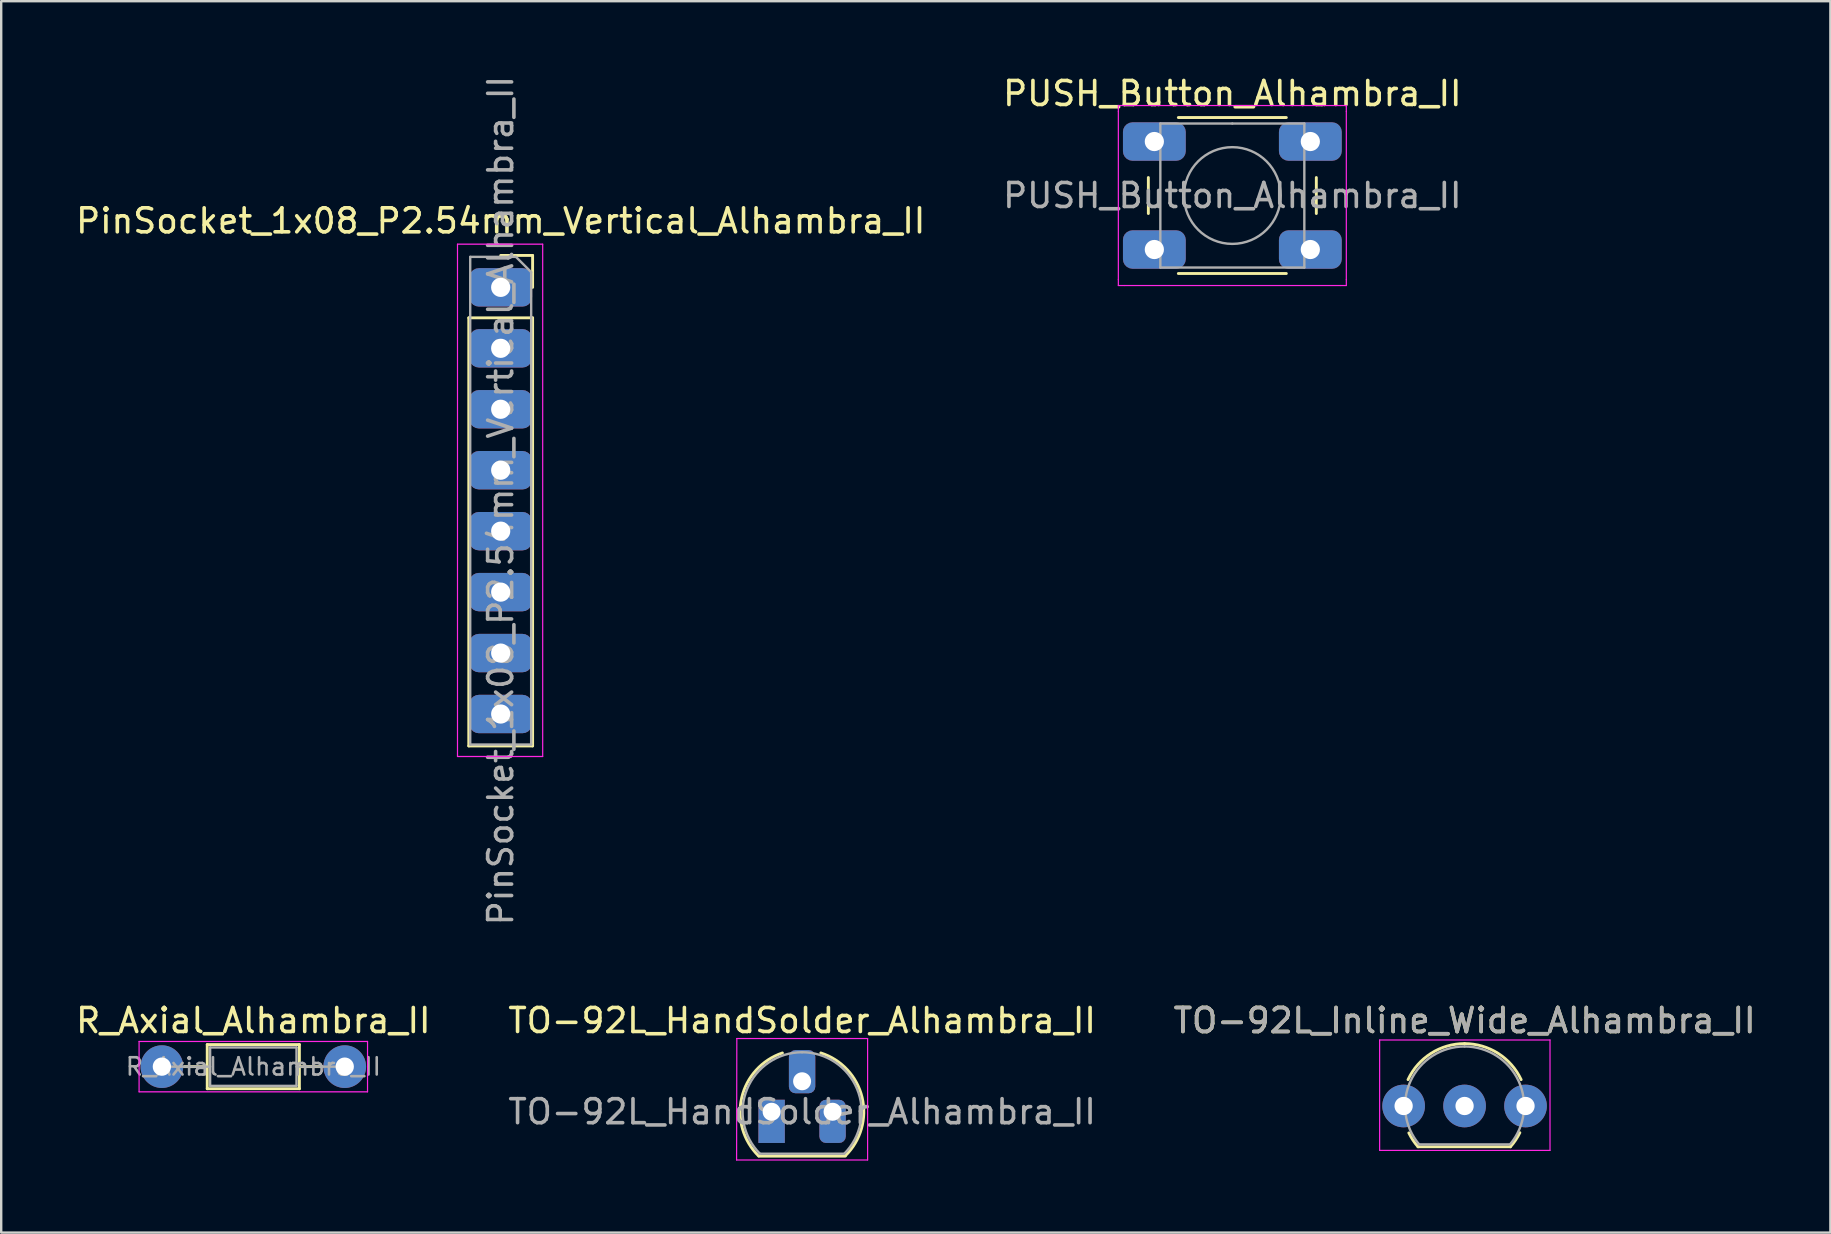
<source format=kicad_pcb>
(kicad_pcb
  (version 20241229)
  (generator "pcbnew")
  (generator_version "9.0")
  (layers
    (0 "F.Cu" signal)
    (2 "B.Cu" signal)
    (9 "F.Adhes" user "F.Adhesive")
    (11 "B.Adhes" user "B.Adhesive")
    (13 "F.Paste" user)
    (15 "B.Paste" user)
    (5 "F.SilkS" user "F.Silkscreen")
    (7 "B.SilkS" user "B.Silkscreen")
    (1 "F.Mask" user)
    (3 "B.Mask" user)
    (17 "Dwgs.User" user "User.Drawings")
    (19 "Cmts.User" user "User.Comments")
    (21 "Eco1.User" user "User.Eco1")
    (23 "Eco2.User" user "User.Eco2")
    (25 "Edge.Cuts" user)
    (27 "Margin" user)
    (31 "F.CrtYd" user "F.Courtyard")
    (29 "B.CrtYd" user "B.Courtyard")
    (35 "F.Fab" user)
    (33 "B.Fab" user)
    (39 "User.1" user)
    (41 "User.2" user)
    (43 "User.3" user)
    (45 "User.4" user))
  (footprint "TO-92L_Inline_Wide_Alhambra_II"
    (layer "F.Cu")
    (at 55.442 43.039)
    (property "Reference" "TO-92L_Inline_Wide_Alhambra_II" (at 2.54 -3.56 0) (layer "F.SilkS") (effects (font (size 1 1) (thickness 0.15))))
    (attr through_hole)
    (fp_line (start 0.6 1.7) (end 4.45 1.7) (stroke (width 0.12) (type solid)) (layer "F.SilkS"))
    (fp_arc (start 0.1836 -1.098807) (mid 1.143021 -2.192817) (end 2.54 -2.6) (stroke (width 0.12) (type solid)) (layer "F.SilkS"))
    (fp_arc (start 0.6 1.7) (mid 0.389183 1.423933) (end 0.217369 1.122045) (stroke (width 0.12) (type solid)) (layer "F.SilkS"))
    (fp_arc (start 2.54 -2.6) (mid 3.936979 -2.192818) (end 4.8964 -1.098807) (stroke (width 0.12) (type solid)) (layer "F.SilkS"))
    (fp_arc (start 4.842383 1.112264) (mid 4.666594 1.419753) (end 4.45 1.7) (stroke (width 0.12) (type solid)) (layer "F.SilkS"))
    (fp_line (start -1 -2.75) (end -1 1.85) (stroke (width 0.05) (type solid)) (layer "F.CrtYd"))
    (fp_line (start -1 -2.75) (end 6.1 -2.75) (stroke (width 0.05) (type solid)) (layer "F.CrtYd"))
    (fp_line (start 6.1 1.85) (end -1 1.85) (stroke (width 0.05) (type solid)) (layer "F.CrtYd"))
    (fp_line (start 6.1 1.85) (end 6.1 -2.75) (stroke (width 0.05) (type solid)) (layer "F.CrtYd"))
    (fp_line (start 0.65 1.6) (end 4.4 1.6) (stroke (width 0.1) (type solid)) (layer "F.Fab"))
    (fp_arc (start 0.647182 1.602385) (mid 0.290076 -1.043188) (end 2.54 -2.48) (stroke (width 0.1) (type solid)) (layer "F.Fab"))
    (fp_arc (start 2.54 -2.48) (mid 4.787211 -1.049019) (end 4.441103 1.592547) (stroke (width 0.1) (type solid)) (layer "F.Fab"))
    (fp_text user "${REFERENCE}" (at 2.54 -3.56 0) (layer "F.Fab") (effects (font (size 1 1) (thickness 0.15))))
    (pad "1" thru_hole circle (at 0 0 90) (size 1.778 1.778) (drill 0.762) (layers "*.Cu" "*.Mask"))
    (pad "2" thru_hole circle (at 2.54 0 90) (size 1.778 1.778) (drill 0.762) (layers "*.Cu" "*.Mask"))
    (pad "3" thru_hole circle (at 5.08 0 90) (size 1.778 1.778) (drill 0.762) (layers "*.Cu" "*.Mask")))
  (footprint "PinSocket_1x08_P2.54mm_Vertical_Alhambra_II"
    (layer "F.Cu")
    (at 17.815 8.925)
    (property "Reference" "PinSocket_1x08_P2.54mm_Vertical_Alhambra_II" (at 0 -2.77 0) (layer "F.SilkS") (effects (font (size 1 1) (thickness 0.15))))
    (attr through_hole)
    (fp_line (start -1.33 1.27) (end -1.33 19.11) (stroke (width 0.12) (type solid)) (layer "F.SilkS"))
    (fp_line (start -1.33 1.27) (end 1.33 1.27) (stroke (width 0.12) (type solid)) (layer "F.SilkS"))
    (fp_line (start -1.33 19.11) (end 1.33 19.11) (stroke (width 0.12) (type solid)) (layer "F.SilkS"))
    (fp_line (start 0 -1.33) (end 1.33 -1.33) (stroke (width 0.12) (type solid)) (layer "F.SilkS"))
    (fp_line (start 1.33 -1.33) (end 1.33 0) (stroke (width 0.12) (type solid)) (layer "F.SilkS"))
    (fp_line (start 1.33 1.27) (end 1.33 19.11) (stroke (width 0.12) (type solid)) (layer "F.SilkS"))
    (fp_line (start -1.8 -1.8) (end 1.75 -1.8) (stroke (width 0.05) (type solid)) (layer "F.CrtYd"))
    (fp_line (start -1.8 19.55) (end -1.8 -1.8) (stroke (width 0.05) (type solid)) (layer "F.CrtYd"))
    (fp_line (start 1.75 -1.8) (end 1.75 19.55) (stroke (width 0.05) (type solid)) (layer "F.CrtYd"))
    (fp_line (start 1.75 19.55) (end -1.8 19.55) (stroke (width 0.05) (type solid)) (layer "F.CrtYd"))
    (fp_line (start -1.27 -1.27) (end 0.635 -1.27) (stroke (width 0.1) (type solid)) (layer "F.Fab"))
    (fp_line (start -1.27 19.05) (end -1.27 -1.27) (stroke (width 0.1) (type solid)) (layer "F.Fab"))
    (fp_line (start 0.635 -1.27) (end 1.27 -0.635) (stroke (width 0.1) (type solid)) (layer "F.Fab"))
    (fp_line (start 1.27 -0.635) (end 1.27 19.05) (stroke (width 0.1) (type solid)) (layer "F.Fab"))
    (fp_line (start 1.27 19.05) (end -1.27 19.05) (stroke (width 0.1) (type solid)) (layer "F.Fab"))
    (fp_text user "${REFERENCE}" (at 0 8.89 90) (layer "F.Fab") (effects (font (size 1 1) (thickness 0.15))))
    (pad "1" thru_hole roundrect (at 0 0 180) (size 2.616 1.6) (drill 0.8) (layers "*.Cu" "*.Mask") (roundrect_rratio 0.25))
    (pad "2" thru_hole roundrect (at 0 2.54 180) (size 2.616 1.6) (drill 0.8) (layers "*.Cu" "*.Mask") (roundrect_rratio 0.25))
    (pad "3" thru_hole roundrect (at 0 5.08 180) (size 2.616 1.6) (drill 0.8) (layers "*.Cu" "*.Mask") (roundrect_rratio 0.25))
    (pad "4" thru_hole roundrect (at 0 7.62 180) (size 2.616 1.6) (drill 0.8) (layers "*.Cu" "*.Mask") (roundrect_rratio 0.25))
    (pad "5" thru_hole roundrect (at 0 10.16 180) (size 2.616 1.6) (drill 0.8) (layers "*.Cu" "*.Mask") (roundrect_rratio 0.25))
    (pad "6" thru_hole roundrect (at 0 12.7 180) (size 2.616 1.6) (drill 0.8) (layers "*.Cu" "*.Mask") (roundrect_rratio 0.25))
    (pad "7" thru_hole roundrect (at 0 15.24 180) (size 2.616 1.6) (drill 0.8) (layers "*.Cu" "*.Mask") (roundrect_rratio 0.25))
    (pad "8" thru_hole roundrect (at 0 17.78 180) (size 2.616 1.6) (drill 0.8) (layers "*.Cu" "*.Mask") (roundrect_rratio 0.25)))
  (footprint "PUSH_Button_Alhambra_II"
    (layer "F.Cu")
    (at 45.054 2.848)
    (property "Reference" "PUSH_Button_Alhambra_II" (at 3.25 -2 0) (layer "F.SilkS") (effects (font (size 1 1) (thickness 0.15))))
    (attr through_hole)
    (fp_line (start -0.25 1.5) (end -0.25 3) (stroke (width 0.12) (type solid)) (layer "F.SilkS"))
    (fp_line (start 1 5.5) (end 5.5 5.5) (stroke (width 0.12) (type solid)) (layer "F.SilkS"))
    (fp_line (start 5.5 -1) (end 1 -1) (stroke (width 0.12) (type solid)) (layer "F.SilkS"))
    (fp_line (start 6.75 3) (end 6.75 1.5) (stroke (width 0.12) (type solid)) (layer "F.SilkS"))
    (fp_line (start -1.5 -1.5) (end -1.25 -1.5) (stroke (width 0.05) (type solid)) (layer "F.CrtYd"))
    (fp_line (start -1.5 -1.25) (end -1.5 -1.5) (stroke (width 0.05) (type solid)) (layer "F.CrtYd"))
    (fp_line (start -1.5 5.75) (end -1.5 -1.25) (stroke (width 0.05) (type solid)) (layer "F.CrtYd"))
    (fp_line (start -1.5 5.75) (end -1.5 6) (stroke (width 0.05) (type solid)) (layer "F.CrtYd"))
    (fp_line (start -1.5 6) (end -1.25 6) (stroke (width 0.05) (type solid)) (layer "F.CrtYd"))
    (fp_line (start -1.25 -1.5) (end 7.75 -1.5) (stroke (width 0.05) (type solid)) (layer "F.CrtYd"))
    (fp_line (start 7.75 -1.5) (end 8 -1.5) (stroke (width 0.05) (type solid)) (layer "F.CrtYd"))
    (fp_line (start 7.75 6) (end -1.25 6) (stroke (width 0.05) (type solid)) (layer "F.CrtYd"))
    (fp_line (start 7.75 6) (end 8 6) (stroke (width 0.05) (type solid)) (layer "F.CrtYd"))
    (fp_line (start 8 -1.5) (end 8 -1.25) (stroke (width 0.05) (type solid)) (layer "F.CrtYd"))
    (fp_line (start 8 -1.25) (end 8 5.75) (stroke (width 0.05) (type solid)) (layer "F.CrtYd"))
    (fp_line (start 8 6) (end 8 5.75) (stroke (width 0.05) (type solid)) (layer "F.CrtYd"))
    (fp_line (start 0.25 -0.75) (end 3.25 -0.75) (stroke (width 0.1) (type solid)) (layer "F.Fab"))
    (fp_line (start 0.25 5.25) (end 0.25 -0.75) (stroke (width 0.1) (type solid)) (layer "F.Fab"))
    (fp_line (start 3.25 -0.75) (end 6.25 -0.75) (stroke (width 0.1) (type solid)) (layer "F.Fab"))
    (fp_line (start 6.25 -0.75) (end 6.25 5.25) (stroke (width 0.1) (type solid)) (layer "F.Fab"))
    (fp_line (start 6.25 5.25) (end 0.25 5.25) (stroke (width 0.1) (type solid)) (layer "F.Fab"))
    (fp_circle (center 3.25 2.25) (end 1.25 2.5) (stroke (width 0.1) (type solid)) (fill no) (layer "F.Fab"))
    (fp_text user "${REFERENCE}" (at 3.25 2.25 0) (layer "F.Fab") (effects (font (size 1 1) (thickness 0.15))))
    (pad "1" thru_hole roundrect (at 0 0 180) (size 2.616 1.6) (drill 0.8) (layers "*.Cu" "*.Mask") (roundrect_rratio 0.25))
    (pad "1" thru_hole roundrect (at 6.5 0 180) (size 2.616 1.6) (drill 0.8) (layers "*.Cu" "*.Mask") (roundrect_rratio 0.25))
    (pad "2" thru_hole roundrect (at 0 4.5 180) (size 2.616 1.6) (drill 0.8) (layers "*.Cu" "*.Mask") (roundrect_rratio 0.25))
    (pad "2" thru_hole roundrect (at 6.5 4.5 180) (size 2.616 1.6) (drill 0.8) (layers "*.Cu" "*.Mask") (roundrect_rratio 0.25)))
  (footprint "R_Axial_Alhambra_II"
    (layer "F.Cu")
    (at 3.696 41.399)
    (property "Reference" "R_Axial_Alhambra_II" (at 3.81 -1.92 0) (layer "F.SilkS") (effects (font (size 1 1) (thickness 0.15))))
    (attr through_hole)
    (fp_line (start 0.94 0) (end 1.89 0) (stroke (width 0.12) (type solid)) (layer "F.SilkS"))
    (fp_line (start 1.89 -0.92) (end 1.89 0.92) (stroke (width 0.12) (type solid)) (layer "F.SilkS"))
    (fp_line (start 1.89 0.92) (end 5.73 0.92) (stroke (width 0.12) (type solid)) (layer "F.SilkS"))
    (fp_line (start 5.73 -0.92) (end 1.89 -0.92) (stroke (width 0.12) (type solid)) (layer "F.SilkS"))
    (fp_line (start 5.73 0.92) (end 5.73 -0.92) (stroke (width 0.12) (type solid)) (layer "F.SilkS"))
    (fp_line (start 6.68 0) (end 5.73 0) (stroke (width 0.12) (type solid)) (layer "F.SilkS"))
    (fp_line (start -0.95 -1.05) (end -0.95 1.05) (stroke (width 0.05) (type solid)) (layer "F.CrtYd"))
    (fp_line (start -0.95 1.05) (end 8.57 1.05) (stroke (width 0.05) (type solid)) (layer "F.CrtYd"))
    (fp_line (start 8.57 -1.05) (end -0.95 -1.05) (stroke (width 0.05) (type solid)) (layer "F.CrtYd"))
    (fp_line (start 8.57 1.05) (end 8.57 -1.05) (stroke (width 0.05) (type solid)) (layer "F.CrtYd"))
    (fp_line (start 0 0) (end 2.01 0) (stroke (width 0.1) (type solid)) (layer "F.Fab"))
    (fp_line (start 2.01 -0.8) (end 2.01 0.8) (stroke (width 0.1) (type solid)) (layer "F.Fab"))
    (fp_line (start 2.01 0.8) (end 5.61 0.8) (stroke (width 0.1) (type solid)) (layer "F.Fab"))
    (fp_line (start 5.61 -0.8) (end 2.01 -0.8) (stroke (width 0.1) (type solid)) (layer "F.Fab"))
    (fp_line (start 5.61 0.8) (end 5.61 -0.8) (stroke (width 0.1) (type solid)) (layer "F.Fab"))
    (fp_line (start 7.62 0) (end 5.61 0) (stroke (width 0.1) (type solid)) (layer "F.Fab"))
    (fp_text user "${REFERENCE}" (at 3.81 0 0) (layer "F.Fab") (effects (font (size 0.72 0.72) (thickness 0.108))))
    (pad "1" thru_hole oval (at 0 0) (size 1.778 1.778) (drill 0.762) (layers "*.Cu" "*.Mask"))
    (pad "2" thru_hole oval (at 7.62 0) (size 1.778 1.778) (drill 0.762) (layers "*.Cu" "*.Mask")))
  (footprint "TO-92L_HandSolder_Alhambra_II"
    (layer "F.Cu")
    (at 29.105 43.279)
    (property "Reference" "TO-92L_HandSolder_Alhambra_II" (at 1.27 -3.8 0) (layer "F.SilkS") (effects (font (size 1 1) (thickness 0.15))))
    (attr through_hole)
    (fp_line (start -0.53 1.85) (end 3.07 1.85) (stroke (width 0.12) (type solid)) (layer "F.SilkS"))
    (fp_arc (start -0.541453 1.842156) (mid -1.247298 -0.581475) (end 0.45 -2.45) (stroke (width 0.12) (type solid)) (layer "F.SilkS"))
    (fp_arc (start 2.05 -2.45) (mid 3.769931 -0.601036) (end 3.078445 1.827684) (stroke (width 0.12) (type solid)) (layer "F.SilkS"))
    (fp_line (start -1.46 -3.05) (end 4 -3.05) (stroke (width 0.05) (type solid)) (layer "F.CrtYd"))
    (fp_line (start -1.45 -3.05) (end -1.46 2.01) (stroke (width 0.05) (type solid)) (layer "F.CrtYd"))
    (fp_line (start 4 2.01) (end -1.46 2.01) (stroke (width 0.05) (type solid)) (layer "F.CrtYd"))
    (fp_line (start 4 2.01) (end 4 -3.05) (stroke (width 0.05) (type solid)) (layer "F.CrtYd"))
    (fp_line (start -0.5 1.75) (end 3 1.75) (stroke (width 0.1) (type solid)) (layer "F.Fab"))
    (fp_arc (start -0.483625 1.753625) (mid -1.021221 -0.949055) (end 1.27 -2.48) (stroke (width 0.1) (type solid)) (layer "F.Fab"))
    (fp_arc (start 1.27 -2.48) (mid 3.561221 -0.949055) (end 3.023625 1.753625) (stroke (width 0.1) (type solid)) (layer "F.Fab"))
    (fp_text user "${REFERENCE}" (at 1.27 0 0) (layer "F.Fab") (effects (font (size 1 1) (thickness 0.15))))
    (pad "1" thru_hole rect (at 0 0) (size 1.1 1.8) (drill 0.75 (offset 0 0.4)) (layers "*.Cu" "*.Mask"))
    (pad "2" thru_hole roundrect (at 1.27 -1.27) (size 1.1 1.8) (drill 0.75 (offset 0 -0.4)) (layers "*.Cu" "*.Mask") (roundrect_rratio 0.25))
    (pad "3" thru_hole roundrect (at 2.54 0) (size 1.1 1.8) (drill 0.75 (offset 0 0.4)) (layers "*.Cu" "*.Mask") (roundrect_rratio 0.25)))
  (gr_rect
    (start -3 -3)
    (end 73.226 48.314)
    (stroke (width 0.1) (type default))
    (fill no)
    (layer "Edge.Cuts")))
</source>
